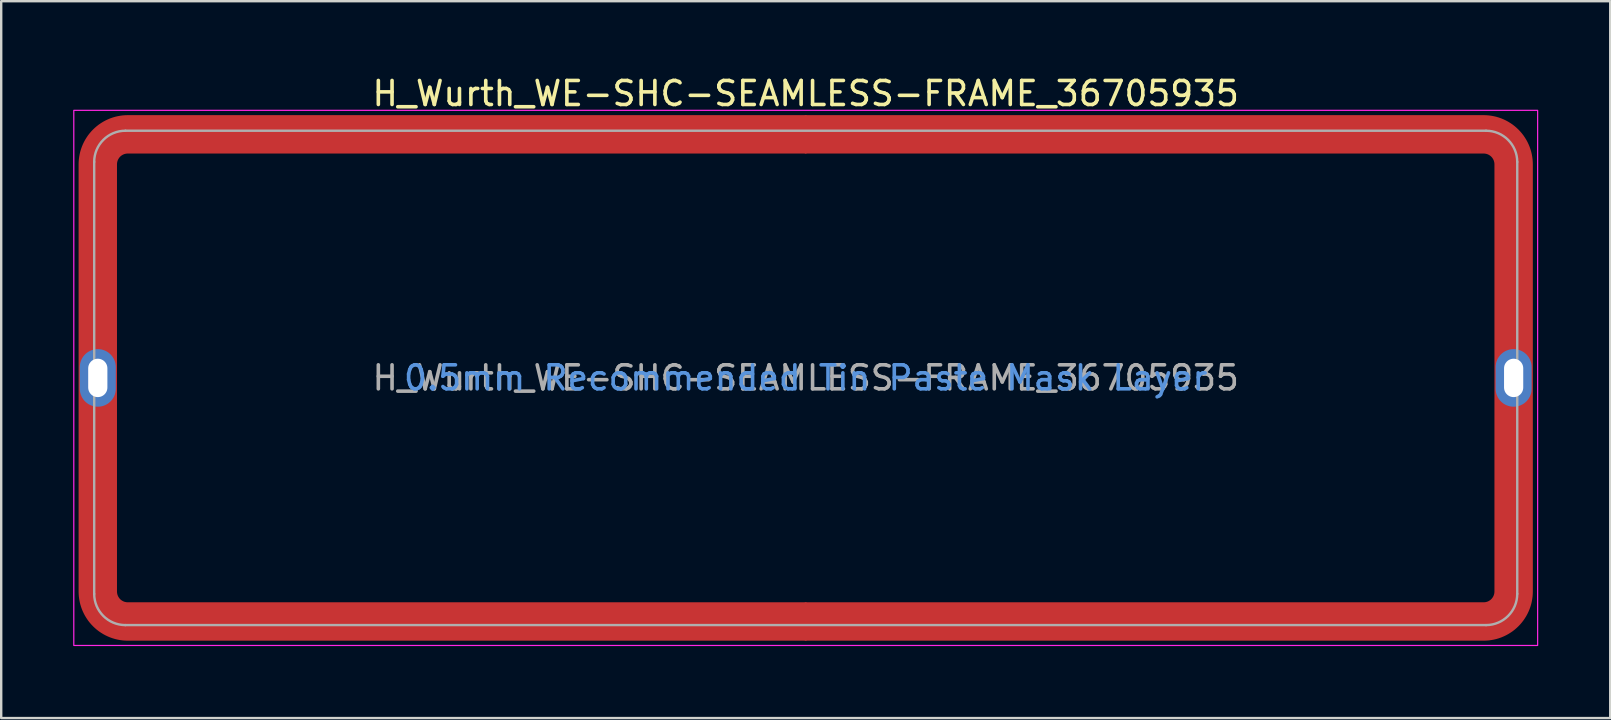
<source format=kicad_pcb>
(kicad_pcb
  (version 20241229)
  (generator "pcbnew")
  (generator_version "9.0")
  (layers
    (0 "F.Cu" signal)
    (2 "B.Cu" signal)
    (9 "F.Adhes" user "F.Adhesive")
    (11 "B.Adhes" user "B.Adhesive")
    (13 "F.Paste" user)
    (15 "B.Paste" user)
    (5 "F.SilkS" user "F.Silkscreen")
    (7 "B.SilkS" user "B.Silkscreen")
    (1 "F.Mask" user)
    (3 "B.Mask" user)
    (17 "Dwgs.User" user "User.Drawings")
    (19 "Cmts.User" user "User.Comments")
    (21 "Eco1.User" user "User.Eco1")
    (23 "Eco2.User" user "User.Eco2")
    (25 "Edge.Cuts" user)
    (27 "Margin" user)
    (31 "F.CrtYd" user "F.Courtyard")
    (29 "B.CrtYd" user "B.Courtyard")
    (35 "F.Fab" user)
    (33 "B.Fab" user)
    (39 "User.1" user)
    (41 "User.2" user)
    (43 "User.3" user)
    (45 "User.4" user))
  (footprint "H_Wurth_WE-SHC-SEAMLESS-FRAME_36705935"
    (layer "F.Cu")
    (at 30.525 12.698)
    (property "Reference" "H_Wurth_WE-SHC-SEAMLESS-FRAME_36705935" (at 0 -11.85 0) (unlocked yes) (layer "F.SilkS") (effects (font (size 1 1) (thickness 0.15))))
    (attr smd)
    (fp_poly (pts (xy -28.25 10.9) (xy -28.355 10.897) (xy -28.459 10.889) (xy -28.563 10.875) (xy -28.666 10.856) (xy -28.768 10.832) (xy -28.868 10.802) (xy -28.967 10.767) (xy -29.063 10.727) (xy -29.158 10.682) (xy -29.25 10.632) (xy -29.339 10.577) (xy -29.426 10.518) (xy -29.509 10.454) (xy -29.588 10.386) (xy -29.664 10.314) (xy -29.736 10.238) (xy -29.804 10.159) (xy -29.868 10.076) (xy -29.927 9.989) (xy -29.982 9.9) (xy -30.032 9.808) (xy -30.077 9.713) (xy -30.117 9.617) (xy -30.152 9.518) (xy -30.182 9.418) (xy -30.206 9.316) (xy -30.225 9.213) (xy -30.239 9.109) (xy -30.247 9.005) (xy -30.25 8.9) (xy -30.25 -8.9) (xy -30.247 -9.005) (xy -30.239 -9.109) (xy -30.225 -9.213) (xy -30.206 -9.316) (xy -30.182 -9.418) (xy -30.152 -9.518) (xy -30.117 -9.617) (xy -30.077 -9.713) (xy -30.032 -9.808) (xy -29.982 -9.9) (xy -29.927 -9.989) (xy -29.868 -10.076) (xy -29.804 -10.159) (xy -29.736 -10.238) (xy -29.664 -10.314) (xy -29.588 -10.386) (xy -29.509 -10.454) (xy -29.426 -10.518) (xy -29.339 -10.577) (xy -29.25 -10.632) (xy -29.158 -10.682) (xy -29.063 -10.727) (xy -28.967 -10.767) (xy -28.868 -10.802) (xy -28.768 -10.832) (xy -28.666 -10.856) (xy -28.563 -10.875) (xy -28.459 -10.889) (xy -28.355 -10.897) (xy -28.25 -10.9) (xy 0.004 -10.9) (xy 0.004 -9.4) (xy -28.25 -9.4) (xy -28.276 -9.399) (xy -28.302 -9.397) (xy -28.328 -9.394) (xy -28.354 -9.389) (xy -28.379 -9.383) (xy -28.405 -9.376) (xy -28.429 -9.367) (xy -28.453 -9.357) (xy -28.477 -9.346) (xy -28.5 -9.333) (xy -28.522 -9.319) (xy -28.544 -9.305) (xy -28.565 -9.289) (xy -28.585 -9.272) (xy -28.604 -9.254) (xy -28.622 -9.235) (xy -28.639 -9.215) (xy -28.655 -9.194) (xy -28.669 -9.172) (xy -28.683 -9.15) (xy -28.696 -9.127) (xy -28.707 -9.103) (xy -28.717 -9.079) (xy -28.726 -9.055) (xy -28.733 -9.029) (xy -28.739 -9.004) (xy -28.744 -8.978) (xy -28.747 -8.952) (xy -28.749 -8.926) (xy -28.75 -8.9) (xy -28.75 8.9) (xy -28.749 8.926) (xy -28.747 8.952) (xy -28.744 8.978) (xy -28.739 9.004) (xy -28.733 9.029) (xy -28.726 9.055) (xy -28.717 9.079) (xy -28.707 9.103) (xy -28.696 9.127) (xy -28.683 9.15) (xy -28.669 9.172) (xy -28.655 9.194) (xy -28.639 9.215) (xy -28.622 9.235) (xy -28.604 9.254) (xy -28.585 9.272) (xy -28.565 9.289) (xy -28.544 9.305) (xy -28.522 9.319) (xy -28.5 9.333) (xy -28.477 9.346) (xy -28.453 9.357) (xy -28.429 9.367) (xy -28.405 9.376) (xy -28.379 9.383) (xy -28.354 9.389) (xy -28.328 9.394) (xy -28.302 9.397) (xy -28.276 9.399) (xy -28.25 9.4) (xy 0.004 9.4) (xy 0.004 10.9) (xy -28.25 10.9)) (stroke (width 0.1) (type solid)) (fill yes) (layer "F.Cu"))
    (fp_poly (pts (xy 28.25 -10.9) (xy 28.355 -10.897) (xy 28.459 -10.889) (xy 28.563 -10.875) (xy 28.666 -10.856) (xy 28.768 -10.832) (xy 28.868 -10.802) (xy 28.967 -10.767) (xy 29.063 -10.727) (xy 29.158 -10.682) (xy 29.25 -10.632) (xy 29.339 -10.577) (xy 29.426 -10.518) (xy 29.509 -10.454) (xy 29.588 -10.386) (xy 29.664 -10.314) (xy 29.736 -10.238) (xy 29.804 -10.159) (xy 29.868 -10.076) (xy 29.927 -9.989) (xy 29.982 -9.9) (xy 30.032 -9.808) (xy 30.077 -9.713) (xy 30.117 -9.617) (xy 30.152 -9.518) (xy 30.182 -9.418) (xy 30.206 -9.316) (xy 30.225 -9.213) (xy 30.239 -9.109) (xy 30.247 -9.005) (xy 30.25 -8.9) (xy 30.25 8.9) (xy 30.247 9.005) (xy 30.239 9.109) (xy 30.225 9.213) (xy 30.206 9.316) (xy 30.182 9.418) (xy 30.152 9.518) (xy 30.117 9.617) (xy 30.077 9.713) (xy 30.032 9.808) (xy 29.982 9.9) (xy 29.927 9.989) (xy 29.868 10.076) (xy 29.804 10.159) (xy 29.736 10.238) (xy 29.664 10.314) (xy 29.588 10.386) (xy 29.509 10.454) (xy 29.426 10.518) (xy 29.339 10.577) (xy 29.25 10.632) (xy 29.158 10.682) (xy 29.063 10.727) (xy 28.967 10.767) (xy 28.868 10.802) (xy 28.768 10.832) (xy 28.666 10.856) (xy 28.563 10.875) (xy 28.459 10.889) (xy 28.355 10.897) (xy 28.25 10.9) (xy -0.004 10.9) (xy -0.004 9.4) (xy 28.25 9.4) (xy 28.276 9.399) (xy 28.302 9.397) (xy 28.328 9.394) (xy 28.354 9.389) (xy 28.379 9.383) (xy 28.405 9.376) (xy 28.429 9.367) (xy 28.453 9.357) (xy 28.477 9.346) (xy 28.5 9.333) (xy 28.522 9.319) (xy 28.544 9.305) (xy 28.565 9.289) (xy 28.585 9.272) (xy 28.604 9.254) (xy 28.622 9.235) (xy 28.639 9.215) (xy 28.655 9.194) (xy 28.669 9.172) (xy 28.683 9.15) (xy 28.696 9.127) (xy 28.707 9.103) (xy 28.717 9.079) (xy 28.726 9.055) (xy 28.733 9.029) (xy 28.739 9.004) (xy 28.744 8.978) (xy 28.747 8.952) (xy 28.749 8.926) (xy 28.75 8.9) (xy 28.75 -8.9) (xy 28.749 -8.926) (xy 28.747 -8.952) (xy 28.744 -8.978) (xy 28.739 -9.004) (xy 28.733 -9.029) (xy 28.726 -9.055) (xy 28.717 -9.079) (xy 28.707 -9.103) (xy 28.696 -9.127) (xy 28.683 -9.15) (xy 28.669 -9.172) (xy 28.655 -9.194) (xy 28.639 -9.215) (xy 28.622 -9.235) (xy 28.604 -9.254) (xy 28.585 -9.272) (xy 28.565 -9.289) (xy 28.544 -9.305) (xy 28.522 -9.319) (xy 28.5 -9.333) (xy 28.477 -9.346) (xy 28.453 -9.357) (xy 28.429 -9.367) (xy 28.405 -9.376) (xy 28.379 -9.383) (xy 28.354 -9.389) (xy 28.328 -9.394) (xy 28.302 -9.397) (xy 28.276 -9.399) (xy 28.25 -9.4) (xy -0.004 -9.4) (xy -0.004 -10.9) (xy 28.25 -10.9)) (stroke (width 0.1) (type solid)) (fill yes) (layer "F.Cu"))
    (fp_poly (pts (xy -28.25 10.9) (xy -28.355 10.897) (xy -28.459 10.889) (xy -28.563 10.875) (xy -28.666 10.856) (xy -28.768 10.832) (xy -28.868 10.802) (xy -28.967 10.767) (xy -29.063 10.727) (xy -29.158 10.682) (xy -29.25 10.632) (xy -29.339 10.577) (xy -29.426 10.518) (xy -29.509 10.454) (xy -29.588 10.386) (xy -29.664 10.314) (xy -29.736 10.238) (xy -29.804 10.159) (xy -29.868 10.076) (xy -29.927 9.989) (xy -29.982 9.9) (xy -30.032 9.808) (xy -30.077 9.713) (xy -30.117 9.617) (xy -30.152 9.518) (xy -30.182 9.418) (xy -30.206 9.316) (xy -30.225 9.213) (xy -30.239 9.109) (xy -30.247 9.005) (xy -30.25 8.9) (xy -30.25 -8.9) (xy -30.247 -9.005) (xy -30.239 -9.109) (xy -30.225 -9.213) (xy -30.206 -9.316) (xy -30.182 -9.418) (xy -30.152 -9.518) (xy -30.117 -9.617) (xy -30.077 -9.713) (xy -30.032 -9.808) (xy -29.982 -9.9) (xy -29.927 -9.989) (xy -29.868 -10.076) (xy -29.804 -10.159) (xy -29.736 -10.238) (xy -29.664 -10.314) (xy -29.588 -10.386) (xy -29.509 -10.454) (xy -29.426 -10.518) (xy -29.339 -10.577) (xy -29.25 -10.632) (xy -29.158 -10.682) (xy -29.063 -10.727) (xy -28.967 -10.767) (xy -28.868 -10.802) (xy -28.768 -10.832) (xy -28.666 -10.856) (xy -28.563 -10.875) (xy -28.459 -10.889) (xy -28.355 -10.897) (xy -28.25 -10.9) (xy 0.004 -10.9) (xy 0.004 -9.4) (xy -28.25 -9.4) (xy -28.276 -9.399) (xy -28.302 -9.397) (xy -28.328 -9.394) (xy -28.354 -9.389) (xy -28.379 -9.383) (xy -28.405 -9.376) (xy -28.429 -9.367) (xy -28.453 -9.357) (xy -28.477 -9.346) (xy -28.5 -9.333) (xy -28.522 -9.319) (xy -28.544 -9.305) (xy -28.565 -9.289) (xy -28.585 -9.272) (xy -28.604 -9.254) (xy -28.622 -9.235) (xy -28.639 -9.215) (xy -28.655 -9.194) (xy -28.669 -9.172) (xy -28.683 -9.15) (xy -28.696 -9.127) (xy -28.707 -9.103) (xy -28.717 -9.079) (xy -28.726 -9.055) (xy -28.733 -9.029) (xy -28.739 -9.004) (xy -28.744 -8.978) (xy -28.747 -8.952) (xy -28.749 -8.926) (xy -28.75 -8.9) (xy -28.75 8.9) (xy -28.749 8.926) (xy -28.747 8.952) (xy -28.744 8.978) (xy -28.739 9.004) (xy -28.733 9.029) (xy -28.726 9.055) (xy -28.717 9.079) (xy -28.707 9.103) (xy -28.696 9.127) (xy -28.683 9.15) (xy -28.669 9.172) (xy -28.655 9.194) (xy -28.639 9.215) (xy -28.622 9.235) (xy -28.604 9.254) (xy -28.585 9.272) (xy -28.565 9.289) (xy -28.544 9.305) (xy -28.522 9.319) (xy -28.5 9.333) (xy -28.477 9.346) (xy -28.453 9.357) (xy -28.429 9.367) (xy -28.405 9.376) (xy -28.379 9.383) (xy -28.354 9.389) (xy -28.328 9.394) (xy -28.302 9.397) (xy -28.276 9.399) (xy -28.25 9.4) (xy 0.004 9.4) (xy 0.004 10.9) (xy -28.25 10.9)) (stroke (width 0.1) (type solid)) (fill yes) (layer "F.Mask"))
    (fp_poly (pts (xy 28.25 -10.9) (xy 28.355 -10.897) (xy 28.459 -10.889) (xy 28.563 -10.875) (xy 28.666 -10.856) (xy 28.768 -10.832) (xy 28.868 -10.802) (xy 28.967 -10.767) (xy 29.063 -10.727) (xy 29.158 -10.682) (xy 29.25 -10.632) (xy 29.339 -10.577) (xy 29.426 -10.518) (xy 29.509 -10.454) (xy 29.588 -10.386) (xy 29.664 -10.314) (xy 29.736 -10.238) (xy 29.804 -10.159) (xy 29.868 -10.076) (xy 29.927 -9.989) (xy 29.982 -9.9) (xy 30.032 -9.808) (xy 30.077 -9.713) (xy 30.117 -9.617) (xy 30.152 -9.518) (xy 30.182 -9.418) (xy 30.206 -9.316) (xy 30.225 -9.213) (xy 30.239 -9.109) (xy 30.247 -9.005) (xy 30.25 -8.9) (xy 30.25 8.9) (xy 30.247 9.005) (xy 30.239 9.109) (xy 30.225 9.213) (xy 30.206 9.316) (xy 30.182 9.418) (xy 30.152 9.518) (xy 30.117 9.617) (xy 30.077 9.713) (xy 30.032 9.808) (xy 29.982 9.9) (xy 29.927 9.989) (xy 29.868 10.076) (xy 29.804 10.159) (xy 29.736 10.238) (xy 29.664 10.314) (xy 29.588 10.386) (xy 29.509 10.454) (xy 29.426 10.518) (xy 29.339 10.577) (xy 29.25 10.632) (xy 29.158 10.682) (xy 29.063 10.727) (xy 28.967 10.767) (xy 28.868 10.802) (xy 28.768 10.832) (xy 28.666 10.856) (xy 28.563 10.875) (xy 28.459 10.889) (xy 28.355 10.897) (xy 28.25 10.9) (xy -0.004 10.9) (xy -0.004 9.4) (xy 28.25 9.4) (xy 28.276 9.399) (xy 28.302 9.397) (xy 28.328 9.394) (xy 28.354 9.389) (xy 28.379 9.383) (xy 28.405 9.376) (xy 28.429 9.367) (xy 28.453 9.357) (xy 28.477 9.346) (xy 28.5 9.333) (xy 28.522 9.319) (xy 28.544 9.305) (xy 28.565 9.289) (xy 28.585 9.272) (xy 28.604 9.254) (xy 28.622 9.235) (xy 28.639 9.215) (xy 28.655 9.194) (xy 28.669 9.172) (xy 28.683 9.15) (xy 28.696 9.127) (xy 28.707 9.103) (xy 28.717 9.079) (xy 28.726 9.055) (xy 28.733 9.029) (xy 28.739 9.004) (xy 28.744 8.978) (xy 28.747 8.952) (xy 28.749 8.926) (xy 28.75 8.9) (xy 28.75 -8.9) (xy 28.749 -8.926) (xy 28.747 -8.952) (xy 28.744 -8.978) (xy 28.739 -9.004) (xy 28.733 -9.029) (xy 28.726 -9.055) (xy 28.717 -9.079) (xy 28.707 -9.103) (xy 28.696 -9.127) (xy 28.683 -9.15) (xy 28.669 -9.172) (xy 28.655 -9.194) (xy 28.639 -9.215) (xy 28.622 -9.235) (xy 28.604 -9.254) (xy 28.585 -9.272) (xy 28.565 -9.289) (xy 28.544 -9.305) (xy 28.522 -9.319) (xy 28.5 -9.333) (xy 28.477 -9.346) (xy 28.453 -9.357) (xy 28.429 -9.367) (xy 28.405 -9.376) (xy 28.379 -9.383) (xy 28.354 -9.389) (xy 28.328 -9.394) (xy 28.302 -9.397) (xy 28.276 -9.399) (xy 28.25 -9.4) (xy -0.004 -9.4) (xy -0.004 -10.9) (xy 28.25 -10.9)) (stroke (width 0.1) (type solid)) (fill yes) (layer "F.Mask"))
    (fp_poly (pts (xy -28.25 10.9) (xy -28.355 10.897) (xy -28.459 10.889) (xy -28.563 10.875) (xy -28.666 10.856) (xy -28.768 10.832) (xy -28.868 10.802) (xy -28.967 10.767) (xy -29.063 10.727) (xy -29.158 10.682) (xy -29.25 10.632) (xy -29.339 10.577) (xy -29.426 10.518) (xy -29.509 10.454) (xy -29.588 10.386) (xy -29.664 10.314) (xy -29.736 10.238) (xy -29.804 10.159) (xy -29.868 10.076) (xy -29.927 9.989) (xy -29.982 9.9) (xy -30.032 9.808) (xy -30.077 9.713) (xy -30.117 9.617) (xy -30.152 9.518) (xy -30.182 9.418) (xy -30.206 9.316) (xy -30.225 9.213) (xy -30.239 9.109) (xy -30.247 9.005) (xy -30.25 8.9) (xy -30.25 -8.9) (xy -30.247 -9.005) (xy -30.239 -9.109) (xy -30.225 -9.213) (xy -30.206 -9.316) (xy -30.182 -9.418) (xy -30.152 -9.518) (xy -30.117 -9.617) (xy -30.077 -9.713) (xy -30.032 -9.808) (xy -29.982 -9.9) (xy -29.927 -9.989) (xy -29.868 -10.076) (xy -29.804 -10.159) (xy -29.736 -10.238) (xy -29.664 -10.314) (xy -29.588 -10.386) (xy -29.509 -10.454) (xy -29.426 -10.518) (xy -29.339 -10.577) (xy -29.25 -10.632) (xy -29.158 -10.682) (xy -29.063 -10.727) (xy -28.967 -10.767) (xy -28.868 -10.802) (xy -28.768 -10.832) (xy -28.666 -10.856) (xy -28.563 -10.875) (xy -28.459 -10.889) (xy -28.355 -10.897) (xy -28.25 -10.9) (xy 0.004 -10.9) (xy 0.004 -9.4) (xy -28.25 -9.4) (xy -28.276 -9.399) (xy -28.302 -9.397) (xy -28.328 -9.394) (xy -28.354 -9.389) (xy -28.379 -9.383) (xy -28.405 -9.376) (xy -28.429 -9.367) (xy -28.453 -9.357) (xy -28.477 -9.346) (xy -28.5 -9.333) (xy -28.522 -9.319) (xy -28.544 -9.305) (xy -28.565 -9.289) (xy -28.585 -9.272) (xy -28.604 -9.254) (xy -28.622 -9.235) (xy -28.639 -9.215) (xy -28.655 -9.194) (xy -28.669 -9.172) (xy -28.683 -9.15) (xy -28.696 -9.127) (xy -28.707 -9.103) (xy -28.717 -9.079) (xy -28.726 -9.055) (xy -28.733 -9.029) (xy -28.739 -9.004) (xy -28.744 -8.978) (xy -28.747 -8.952) (xy -28.749 -8.926) (xy -28.75 -8.9) (xy -28.75 8.9) (xy -28.749 8.926) (xy -28.747 8.952) (xy -28.744 8.978) (xy -28.739 9.004) (xy -28.733 9.029) (xy -28.726 9.055) (xy -28.717 9.079) (xy -28.707 9.103) (xy -28.696 9.127) (xy -28.683 9.15) (xy -28.669 9.172) (xy -28.655 9.194) (xy -28.639 9.215) (xy -28.622 9.235) (xy -28.604 9.254) (xy -28.585 9.272) (xy -28.565 9.289) (xy -28.544 9.305) (xy -28.522 9.319) (xy -28.5 9.333) (xy -28.477 9.346) (xy -28.453 9.357) (xy -28.429 9.367) (xy -28.405 9.376) (xy -28.379 9.383) (xy -28.354 9.389) (xy -28.328 9.394) (xy -28.302 9.397) (xy -28.276 9.399) (xy -28.25 9.4) (xy 0.004 9.4) (xy 0.004 10.9) (xy -28.25 10.9)) (stroke (width 0.1) (type solid)) (fill yes) (layer "F.Paste"))
    (fp_poly (pts (xy 28.25 -10.9) (xy 28.355 -10.897) (xy 28.459 -10.889) (xy 28.563 -10.875) (xy 28.666 -10.856) (xy 28.768 -10.832) (xy 28.868 -10.802) (xy 28.967 -10.767) (xy 29.063 -10.727) (xy 29.158 -10.682) (xy 29.25 -10.632) (xy 29.339 -10.577) (xy 29.426 -10.518) (xy 29.509 -10.454) (xy 29.588 -10.386) (xy 29.664 -10.314) (xy 29.736 -10.238) (xy 29.804 -10.159) (xy 29.868 -10.076) (xy 29.927 -9.989) (xy 29.982 -9.9) (xy 30.032 -9.808) (xy 30.077 -9.713) (xy 30.117 -9.617) (xy 30.152 -9.518) (xy 30.182 -9.418) (xy 30.206 -9.316) (xy 30.225 -9.213) (xy 30.239 -9.109) (xy 30.247 -9.005) (xy 30.25 -8.9) (xy 30.25 8.9) (xy 30.247 9.005) (xy 30.239 9.109) (xy 30.225 9.213) (xy 30.206 9.316) (xy 30.182 9.418) (xy 30.152 9.518) (xy 30.117 9.617) (xy 30.077 9.713) (xy 30.032 9.808) (xy 29.982 9.9) (xy 29.927 9.989) (xy 29.868 10.076) (xy 29.804 10.159) (xy 29.736 10.238) (xy 29.664 10.314) (xy 29.588 10.386) (xy 29.509 10.454) (xy 29.426 10.518) (xy 29.339 10.577) (xy 29.25 10.632) (xy 29.158 10.682) (xy 29.063 10.727) (xy 28.967 10.767) (xy 28.868 10.802) (xy 28.768 10.832) (xy 28.666 10.856) (xy 28.563 10.875) (xy 28.459 10.889) (xy 28.355 10.897) (xy 28.25 10.9) (xy -0.004 10.9) (xy -0.004 9.4) (xy 28.25 9.4) (xy 28.276 9.399) (xy 28.302 9.397) (xy 28.328 9.394) (xy 28.354 9.389) (xy 28.379 9.383) (xy 28.405 9.376) (xy 28.429 9.367) (xy 28.453 9.357) (xy 28.477 9.346) (xy 28.5 9.333) (xy 28.522 9.319) (xy 28.544 9.305) (xy 28.565 9.289) (xy 28.585 9.272) (xy 28.604 9.254) (xy 28.622 9.235) (xy 28.639 9.215) (xy 28.655 9.194) (xy 28.669 9.172) (xy 28.683 9.15) (xy 28.696 9.127) (xy 28.707 9.103) (xy 28.717 9.079) (xy 28.726 9.055) (xy 28.733 9.029) (xy 28.739 9.004) (xy 28.744 8.978) (xy 28.747 8.952) (xy 28.749 8.926) (xy 28.75 8.9) (xy 28.75 -8.9) (xy 28.749 -8.926) (xy 28.747 -8.952) (xy 28.744 -8.978) (xy 28.739 -9.004) (xy 28.733 -9.029) (xy 28.726 -9.055) (xy 28.717 -9.079) (xy 28.707 -9.103) (xy 28.696 -9.127) (xy 28.683 -9.15) (xy 28.669 -9.172) (xy 28.655 -9.194) (xy 28.639 -9.215) (xy 28.622 -9.235) (xy 28.604 -9.254) (xy 28.585 -9.272) (xy 28.565 -9.289) (xy 28.544 -9.305) (xy 28.522 -9.319) (xy 28.5 -9.333) (xy 28.477 -9.346) (xy 28.453 -9.357) (xy 28.429 -9.367) (xy 28.405 -9.376) (xy 28.379 -9.383) (xy 28.354 -9.389) (xy 28.328 -9.394) (xy 28.302 -9.397) (xy 28.276 -9.399) (xy 28.25 -9.4) (xy -0.004 -9.4) (xy -0.004 -10.9) (xy 28.25 -10.9)) (stroke (width 0.1) (type solid)) (fill yes) (layer "F.Paste"))
    (fp_rect (start -30.5 -11.15) (end 30.5 11.15) (stroke (width 0.05) (type solid)) (fill no) (layer "F.CrtYd"))
    (fp_line (start -29.65 9) (end -29.65 -9) (stroke (width 0.1) (type solid)) (layer "F.Fab"))
    (fp_line (start -28.35 -10.3) (end 28.35 -10.3) (stroke (width 0.1) (type solid)) (layer "F.Fab"))
    (fp_line (start -28.35 10.3) (end 28.35 10.3) (stroke (width 0.1) (type solid)) (layer "F.Fab"))
    (fp_line (start 29.65 9) (end 29.65 -9) (stroke (width 0.1) (type solid)) (layer "F.Fab"))
    (fp_arc (start -29.65 -9) (mid -29.269239 -9.919238) (end -28.35 -10.3) (stroke (width 0.1) (type solid)) (layer "F.Fab"))
    (fp_arc (start -28.35 10.3) (mid -29.269238 9.919239) (end -29.65 9) (stroke (width 0.1) (type solid)) (layer "F.Fab"))
    (fp_arc (start 28.35 -10.3) (mid 29.269238 -9.919239) (end 29.65 -9) (stroke (width 0.1) (type solid)) (layer "F.Fab"))
    (fp_arc (start 29.65 9) (mid 29.269239 9.919238) (end 28.35 10.3) (stroke (width 0.1) (type solid)) (layer "F.Fab"))
    (fp_text user "0.5mm Recommended Tin Paste Mask Layer" (at 0 0 0) (unlocked yes) (layer "Cmts.User") (effects (font (size 1 1) (thickness 0.15))))
    (fp_text user "${REFERENCE}" (at 0 0 0) (unlocked yes) (layer "F.Fab") (effects (font (size 1 1) (thickness 0.15))))
    (pad "1" thru_hole oval (at -29.5 0) (size 1.5 2.4) (drill oval 0.8 1.6) (layers "*.Cu" "*.Mask"))
    (pad "1" thru_hole oval (at 29.5 0) (size 1.5 2.4) (drill oval 0.8 1.6) (layers "*.Cu" "*.Mask")))
  (gr_rect
    (start -3 -3)
    (end 64.05 26.873)
    (stroke (width 0.1) (type default))
    (fill no)
    (layer "Edge.Cuts")))
</source>
